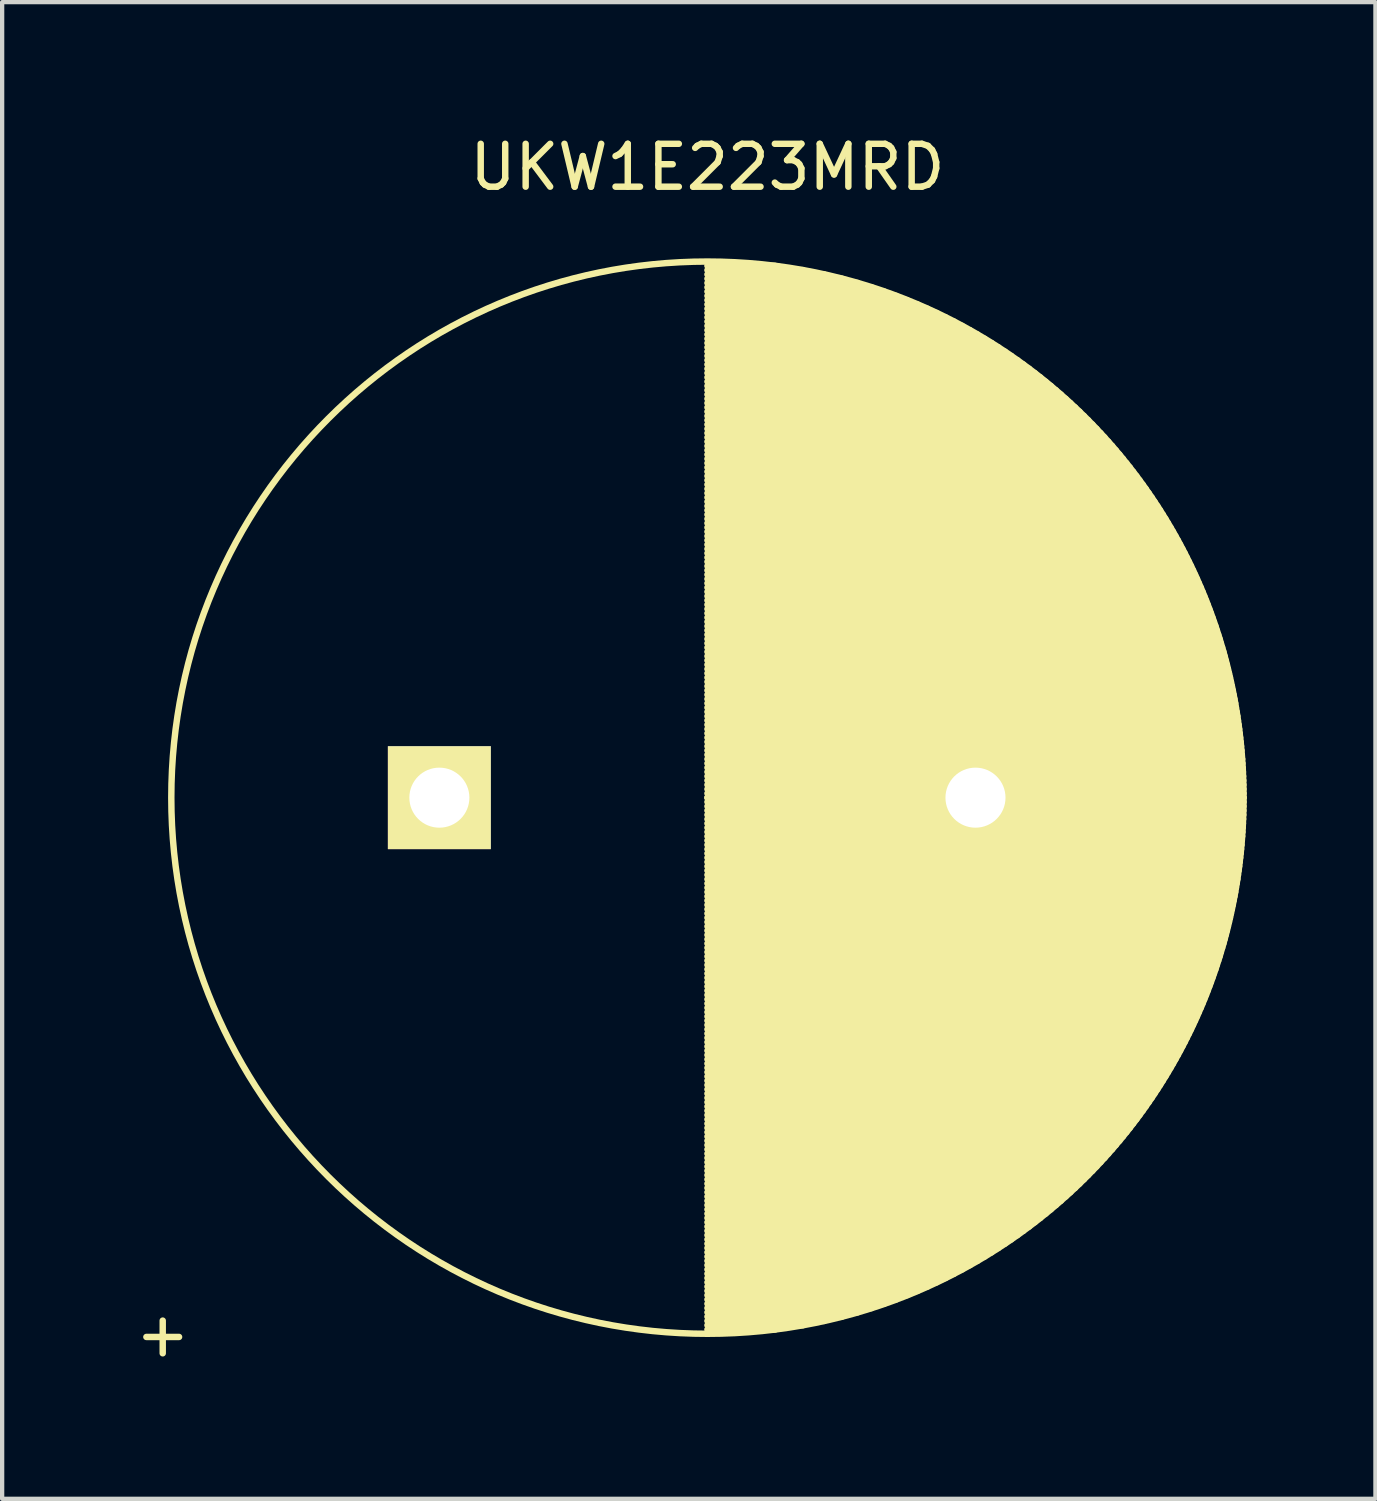
<source format=kicad_pcb>
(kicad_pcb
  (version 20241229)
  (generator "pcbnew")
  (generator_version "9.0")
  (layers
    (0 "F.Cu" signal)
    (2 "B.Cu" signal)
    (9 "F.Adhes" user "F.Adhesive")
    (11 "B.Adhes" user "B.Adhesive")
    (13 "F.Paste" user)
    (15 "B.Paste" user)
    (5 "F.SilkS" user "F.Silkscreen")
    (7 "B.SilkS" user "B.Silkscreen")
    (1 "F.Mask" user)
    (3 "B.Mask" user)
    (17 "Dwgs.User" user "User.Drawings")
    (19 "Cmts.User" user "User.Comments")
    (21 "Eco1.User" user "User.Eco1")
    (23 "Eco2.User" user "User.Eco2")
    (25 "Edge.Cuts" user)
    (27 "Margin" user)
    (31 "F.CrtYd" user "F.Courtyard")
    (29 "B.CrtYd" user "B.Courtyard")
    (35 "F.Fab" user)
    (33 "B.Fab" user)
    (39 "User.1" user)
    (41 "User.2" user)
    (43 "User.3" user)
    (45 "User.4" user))
  (footprint "UKW1E223MRD"
    (layer "F.Cu")
    (at 7.194 15.548)
    (property "Reference" "UKW1E223MRD" (at 6.25 -14.7 0) (layer "F.SilkS") (effects (font (size 1 1) (thickness 0.15))))
    (attr through_hole)
    (fp_line (start 6.25 -12.4) (end 7.828 -12.4) (stroke (width 0.15) (type solid)) (layer "F.SilkS"))
    (fp_line (start 6.25 -12.3) (end 8.477 -12.3) (stroke (width 0.15) (type solid)) (layer "F.SilkS"))
    (fp_line (start 6.25 -12.2) (end 8.972 -12.2) (stroke (width 0.15) (type solid)) (layer "F.SilkS"))
    (fp_line (start 6.25 -12.1) (end 9.387 -12.1) (stroke (width 0.15) (type solid)) (layer "F.SilkS"))
    (fp_line (start 6.25 -12) (end 9.75 -12) (stroke (width 0.15) (type solid)) (layer "F.SilkS"))
    (fp_line (start 6.25 -11.9) (end 10.076 -11.9) (stroke (width 0.15) (type solid)) (layer "F.SilkS"))
    (fp_line (start 6.25 -11.8) (end 10.374 -11.8) (stroke (width 0.15) (type solid)) (layer "F.SilkS"))
    (fp_line (start 6.25 -11.7) (end 10.65 -11.7) (stroke (width 0.15) (type solid)) (layer "F.SilkS"))
    (fp_line (start 6.25 -11.6) (end 10.907 -11.6) (stroke (width 0.15) (type solid)) (layer "F.SilkS"))
    (fp_line (start 6.25 -11.5) (end 11.149 -11.5) (stroke (width 0.15) (type solid)) (layer "F.SilkS"))
    (fp_line (start 6.25 -11.4) (end 11.377 -11.4) (stroke (width 0.15) (type solid)) (layer "F.SilkS"))
    (fp_line (start 6.25 -11.3) (end 11.594 -11.3) (stroke (width 0.15) (type solid)) (layer "F.SilkS"))
    (fp_line (start 6.25 -11.2) (end 11.801 -11.2) (stroke (width 0.15) (type solid)) (layer "F.SilkS"))
    (fp_line (start 6.25 -11.1) (end 11.998 -11.1) (stroke (width 0.15) (type solid)) (layer "F.SilkS"))
    (fp_line (start 6.25 -11) (end 12.187 -11) (stroke (width 0.15) (type solid)) (layer "F.SilkS"))
    (fp_line (start 6.25 -10.9) (end 12.369 -10.9) (stroke (width 0.15) (type solid)) (layer "F.SilkS"))
    (fp_line (start 6.25 -10.8) (end 12.544 -10.8) (stroke (width 0.15) (type solid)) (layer "F.SilkS"))
    (fp_line (start 6.25 -10.7) (end 12.712 -10.7) (stroke (width 0.15) (type solid)) (layer "F.SilkS"))
    (fp_line (start 6.25 -10.6) (end 12.875 -10.6) (stroke (width 0.15) (type solid)) (layer "F.SilkS"))
    (fp_line (start 6.25 -10.5) (end 13.032 -10.5) (stroke (width 0.15) (type solid)) (layer "F.SilkS"))
    (fp_line (start 6.25 -10.4) (end 13.185 -10.4) (stroke (width 0.15) (type solid)) (layer "F.SilkS"))
    (fp_line (start 6.25 -10.3) (end 13.332 -10.3) (stroke (width 0.15) (type solid)) (layer "F.SilkS"))
    (fp_line (start 6.25 -10.2) (end 13.476 -10.2) (stroke (width 0.15) (type solid)) (layer "F.SilkS"))
    (fp_line (start 6.25 -10.1) (end 13.615 -10.1) (stroke (width 0.15) (type solid)) (layer "F.SilkS"))
    (fp_line (start 6.25 -10) (end 13.75 -10) (stroke (width 0.15) (type solid)) (layer "F.SilkS"))
    (fp_line (start 6.25 -9.9) (end 13.882 -9.9) (stroke (width 0.15) (type solid)) (layer "F.SilkS"))
    (fp_line (start 6.25 -9.8) (end 14.01 -9.8) (stroke (width 0.15) (type solid)) (layer "F.SilkS"))
    (fp_line (start 6.25 -9.7) (end 14.134 -9.7) (stroke (width 0.15) (type solid)) (layer "F.SilkS"))
    (fp_line (start 6.25 -9.6) (end 14.256 -9.6) (stroke (width 0.15) (type solid)) (layer "F.SilkS"))
    (fp_line (start 6.25 -9.5) (end 14.374 -9.5) (stroke (width 0.15) (type solid)) (layer "F.SilkS"))
    (fp_line (start 6.25 -9.4) (end 14.49 -9.4) (stroke (width 0.15) (type solid)) (layer "F.SilkS"))
    (fp_line (start 6.25 -9.3) (end 14.602 -9.3) (stroke (width 0.15) (type solid)) (layer "F.SilkS"))
    (fp_line (start 6.25 -9.2) (end 14.712 -9.2) (stroke (width 0.15) (type solid)) (layer "F.SilkS"))
    (fp_line (start 6.25 -9.1) (end 14.82 -9.1) (stroke (width 0.15) (type solid)) (layer "F.SilkS"))
    (fp_line (start 6.25 -9) (end 14.925 -9) (stroke (width 0.15) (type solid)) (layer "F.SilkS"))
    (fp_line (start 6.25 -8.9) (end 15.027 -8.9) (stroke (width 0.15) (type solid)) (layer "F.SilkS"))
    (fp_line (start 6.25 -8.8) (end 15.127 -8.8) (stroke (width 0.15) (type solid)) (layer "F.SilkS"))
    (fp_line (start 6.25 -8.7) (end 15.226 -8.7) (stroke (width 0.15) (type solid)) (layer "F.SilkS"))
    (fp_line (start 6.25 -8.6) (end 15.321 -8.6) (stroke (width 0.15) (type solid)) (layer "F.SilkS"))
    (fp_line (start 6.25 -8.5) (end 15.415 -8.5) (stroke (width 0.15) (type solid)) (layer "F.SilkS"))
    (fp_line (start 6.25 -8.4) (end 15.507 -8.4) (stroke (width 0.15) (type solid)) (layer "F.SilkS"))
    (fp_line (start 6.25 -8.3) (end 15.597 -8.3) (stroke (width 0.15) (type solid)) (layer "F.SilkS"))
    (fp_line (start 6.25 -8.2) (end 15.685 -8.2) (stroke (width 0.15) (type solid)) (layer "F.SilkS"))
    (fp_line (start 6.25 -8.1) (end 15.771 -8.1) (stroke (width 0.15) (type solid)) (layer "F.SilkS"))
    (fp_line (start 6.25 -8) (end 15.855 -8) (stroke (width 0.15) (type solid)) (layer "F.SilkS"))
    (fp_line (start 6.25 -7.9) (end 15.937 -7.9) (stroke (width 0.15) (type solid)) (layer "F.SilkS"))
    (fp_line (start 6.25 -7.8) (end 16.018 -7.8) (stroke (width 0.15) (type solid)) (layer "F.SilkS"))
    (fp_line (start 6.25 -7.7) (end 16.097 -7.7) (stroke (width 0.15) (type solid)) (layer "F.SilkS"))
    (fp_line (start 6.25 -7.6) (end 16.174 -7.6) (stroke (width 0.15) (type solid)) (layer "F.SilkS"))
    (fp_line (start 6.25 -7.5) (end 16.25 -7.5) (stroke (width 0.15) (type solid)) (layer "F.SilkS"))
    (fp_line (start 6.25 -7.4) (end 16.324 -7.4) (stroke (width 0.15) (type solid)) (layer "F.SilkS"))
    (fp_line (start 6.25 -7.3) (end 16.397 -7.3) (stroke (width 0.15) (type solid)) (layer "F.SilkS"))
    (fp_line (start 6.25 -7.2) (end 16.468 -7.2) (stroke (width 0.15) (type solid)) (layer "F.SilkS"))
    (fp_line (start 6.25 -7.1) (end 16.538 -7.1) (stroke (width 0.15) (type solid)) (layer "F.SilkS"))
    (fp_line (start 6.25 -7) (end 16.606 -7) (stroke (width 0.15) (type solid)) (layer "F.SilkS"))
    (fp_line (start 6.25 -6.9) (end 16.673 -6.9) (stroke (width 0.15) (type solid)) (layer "F.SilkS"))
    (fp_line (start 6.25 -6.8) (end 16.739 -6.8) (stroke (width 0.15) (type solid)) (layer "F.SilkS"))
    (fp_line (start 6.25 -6.7) (end 16.803 -6.7) (stroke (width 0.15) (type solid)) (layer "F.SilkS"))
    (fp_line (start 6.25 -6.6) (end 16.866 -6.6) (stroke (width 0.15) (type solid)) (layer "F.SilkS"))
    (fp_line (start 6.25 -6.5) (end 16.927 -6.5) (stroke (width 0.15) (type solid)) (layer "F.SilkS"))
    (fp_line (start 6.25 -6.4) (end 16.987 -6.4) (stroke (width 0.15) (type solid)) (layer "F.SilkS"))
    (fp_line (start 6.25 -6.3) (end 17.046 -6.3) (stroke (width 0.15) (type solid)) (layer "F.SilkS"))
    (fp_line (start 6.25 -6.2) (end 17.104 -6.2) (stroke (width 0.15) (type solid)) (layer "F.SilkS"))
    (fp_line (start 6.25 -6.1) (end 17.161 -6.1) (stroke (width 0.15) (type solid)) (layer "F.SilkS"))
    (fp_line (start 6.25 -6) (end 17.216 -6) (stroke (width 0.15) (type solid)) (layer "F.SilkS"))
    (fp_line (start 6.25 -5.9) (end 17.27 -5.9) (stroke (width 0.15) (type solid)) (layer "F.SilkS"))
    (fp_line (start 6.25 -5.8) (end 17.323 -5.8) (stroke (width 0.15) (type solid)) (layer "F.SilkS"))
    (fp_line (start 6.25 -5.7) (end 17.375 -5.7) (stroke (width 0.15) (type solid)) (layer "F.SilkS"))
    (fp_line (start 6.25 -5.6) (end 17.425 -5.6) (stroke (width 0.15) (type solid)) (layer "F.SilkS"))
    (fp_line (start 6.25 -5.5) (end 17.475 -5.5) (stroke (width 0.15) (type solid)) (layer "F.SilkS"))
    (fp_line (start 6.25 -5.4) (end 17.523 -5.4) (stroke (width 0.15) (type solid)) (layer "F.SilkS"))
    (fp_line (start 6.25 -5.3) (end 17.571 -5.3) (stroke (width 0.15) (type solid)) (layer "F.SilkS"))
    (fp_line (start 6.25 -5.2) (end 17.617 -5.2) (stroke (width 0.15) (type solid)) (layer "F.SilkS"))
    (fp_line (start 6.25 -5.1) (end 17.662 -5.1) (stroke (width 0.15) (type solid)) (layer "F.SilkS"))
    (fp_line (start 6.25 -5) (end 17.706 -5) (stroke (width 0.15) (type solid)) (layer "F.SilkS"))
    (fp_line (start 6.25 -4.9) (end 17.75 -4.9) (stroke (width 0.15) (type solid)) (layer "F.SilkS"))
    (fp_line (start 6.25 -4.8) (end 17.792 -4.8) (stroke (width 0.15) (type solid)) (layer "F.SilkS"))
    (fp_line (start 6.25 -4.7) (end 17.833 -4.7) (stroke (width 0.15) (type solid)) (layer "F.SilkS"))
    (fp_line (start 6.25 -4.6) (end 17.873 -4.6) (stroke (width 0.15) (type solid)) (layer "F.SilkS"))
    (fp_line (start 6.25 -4.5) (end 17.912 -4.5) (stroke (width 0.15) (type solid)) (layer "F.SilkS"))
    (fp_line (start 6.25 -4.4) (end 17.95 -4.4) (stroke (width 0.15) (type solid)) (layer "F.SilkS"))
    (fp_line (start 6.25 -4.3) (end 17.987 -4.3) (stroke (width 0.15) (type solid)) (layer "F.SilkS"))
    (fp_line (start 6.25 -4.2) (end 18.023 -4.2) (stroke (width 0.15) (type solid)) (layer "F.SilkS"))
    (fp_line (start 6.25 -4.1) (end 18.058 -4.1) (stroke (width 0.15) (type solid)) (layer "F.SilkS"))
    (fp_line (start 6.25 -4) (end 18.093 -4) (stroke (width 0.15) (type solid)) (layer "F.SilkS"))
    (fp_line (start 6.25 -3.9) (end 18.126 -3.9) (stroke (width 0.15) (type solid)) (layer "F.SilkS"))
    (fp_line (start 6.25 -3.8) (end 18.158 -3.8) (stroke (width 0.15) (type solid)) (layer "F.SilkS"))
    (fp_line (start 6.25 -3.7) (end 18.19 -3.7) (stroke (width 0.15) (type solid)) (layer "F.SilkS"))
    (fp_line (start 6.25 -3.6) (end 18.22 -3.6) (stroke (width 0.15) (type solid)) (layer "F.SilkS"))
    (fp_line (start 6.25 -3.5) (end 18.25 -3.5) (stroke (width 0.15) (type solid)) (layer "F.SilkS"))
    (fp_line (start 6.25 -3.4) (end 18.279 -3.4) (stroke (width 0.15) (type solid)) (layer "F.SilkS"))
    (fp_line (start 6.25 -3.3) (end 18.307 -3.3) (stroke (width 0.15) (type solid)) (layer "F.SilkS"))
    (fp_line (start 6.25 -3.2) (end 18.333 -3.2) (stroke (width 0.15) (type solid)) (layer "F.SilkS"))
    (fp_line (start 6.25 -3.1) (end 18.36 -3.1) (stroke (width 0.15) (type solid)) (layer "F.SilkS"))
    (fp_line (start 6.25 -3) (end 18.385 -3) (stroke (width 0.15) (type solid)) (layer "F.SilkS"))
    (fp_line (start 6.25 -2.9) (end 18.409 -2.9) (stroke (width 0.15) (type solid)) (layer "F.SilkS"))
    (fp_line (start 6.25 -2.8) (end 18.432 -2.8) (stroke (width 0.15) (type solid)) (layer "F.SilkS"))
    (fp_line (start 6.25 -2.7) (end 18.455 -2.7) (stroke (width 0.15) (type solid)) (layer "F.SilkS"))
    (fp_line (start 6.25 -2.6) (end 18.477 -2.6) (stroke (width 0.15) (type solid)) (layer "F.SilkS"))
    (fp_line (start 6.25 -2.5) (end 18.497 -2.5) (stroke (width 0.15) (type solid)) (layer "F.SilkS"))
    (fp_line (start 6.25 -2.4) (end 18.517 -2.4) (stroke (width 0.15) (type solid)) (layer "F.SilkS"))
    (fp_line (start 6.25 -2.3) (end 18.537 -2.3) (stroke (width 0.15) (type solid)) (layer "F.SilkS"))
    (fp_line (start 6.25 -2.2) (end 18.555 -2.2) (stroke (width 0.15) (type solid)) (layer "F.SilkS"))
    (fp_line (start 6.25 -2.1) (end 18.572 -2.1) (stroke (width 0.15) (type solid)) (layer "F.SilkS"))
    (fp_line (start 6.25 -2) (end 18.589 -2) (stroke (width 0.15) (type solid)) (layer "F.SilkS"))
    (fp_line (start 6.25 -1.9) (end 18.605 -1.9) (stroke (width 0.15) (type solid)) (layer "F.SilkS"))
    (fp_line (start 6.25 -1.8) (end 18.62 -1.8) (stroke (width 0.15) (type solid)) (layer "F.SilkS"))
    (fp_line (start 6.25 -1.7) (end 18.634 -1.7) (stroke (width 0.15) (type solid)) (layer "F.SilkS"))
    (fp_line (start 6.25 -1.6) (end 18.647 -1.6) (stroke (width 0.15) (type solid)) (layer "F.SilkS"))
    (fp_line (start 6.25 -1.5) (end 18.66 -1.5) (stroke (width 0.15) (type solid)) (layer "F.SilkS"))
    (fp_line (start 6.25 -1.4) (end 18.671 -1.4) (stroke (width 0.15) (type solid)) (layer "F.SilkS"))
    (fp_line (start 6.25 -1.3) (end 18.682 -1.3) (stroke (width 0.15) (type solid)) (layer "F.SilkS"))
    (fp_line (start 6.25 -1.2) (end 18.692 -1.2) (stroke (width 0.15) (type solid)) (layer "F.SilkS"))
    (fp_line (start 6.25 -1.1) (end 18.702 -1.1) (stroke (width 0.15) (type solid)) (layer "F.SilkS"))
    (fp_line (start 6.25 -1) (end 18.71 -1) (stroke (width 0.15) (type solid)) (layer "F.SilkS"))
    (fp_line (start 6.25 -0.9) (end 18.718 -0.9) (stroke (width 0.15) (type solid)) (layer "F.SilkS"))
    (fp_line (start 6.25 -0.8) (end 18.724 -0.8) (stroke (width 0.15) (type solid)) (layer "F.SilkS"))
    (fp_line (start 6.25 -0.7) (end 18.73 -0.7) (stroke (width 0.15) (type solid)) (layer "F.SilkS"))
    (fp_line (start 6.25 -0.6) (end 18.736 -0.6) (stroke (width 0.15) (type solid)) (layer "F.SilkS"))
    (fp_line (start 6.25 -0.5) (end 18.74 -0.5) (stroke (width 0.15) (type solid)) (layer "F.SilkS"))
    (fp_line (start 6.25 -0.4) (end 18.744 -0.4) (stroke (width 0.15) (type solid)) (layer "F.SilkS"))
    (fp_line (start 6.25 -0.3) (end 18.746 -0.3) (stroke (width 0.15) (type solid)) (layer "F.SilkS"))
    (fp_line (start 6.25 -0.2) (end 18.748 -0.2) (stroke (width 0.15) (type solid)) (layer "F.SilkS"))
    (fp_line (start 6.25 -0.1) (end 18.75 -0.1) (stroke (width 0.15) (type solid)) (layer "F.SilkS"))
    (fp_line (start 6.25 0) (end 18.75 0) (stroke (width 0.15) (type solid)) (layer "F.SilkS"))
    (fp_line (start 6.25 0) (end 18.75 0) (stroke (width 0.15) (type solid)) (layer "F.SilkS"))
    (fp_line (start 6.25 0.1) (end 18.75 0.1) (stroke (width 0.15) (type solid)) (layer "F.SilkS"))
    (fp_line (start 6.25 0.2) (end 18.748 0.2) (stroke (width 0.15) (type solid)) (layer "F.SilkS"))
    (fp_line (start 6.25 0.3) (end 18.746 0.3) (stroke (width 0.15) (type solid)) (layer "F.SilkS"))
    (fp_line (start 6.25 0.4) (end 18.744 0.4) (stroke (width 0.15) (type solid)) (layer "F.SilkS"))
    (fp_line (start 6.25 0.5) (end 18.74 0.5) (stroke (width 0.15) (type solid)) (layer "F.SilkS"))
    (fp_line (start 6.25 0.6) (end 18.736 0.6) (stroke (width 0.15) (type solid)) (layer "F.SilkS"))
    (fp_line (start 6.25 0.7) (end 18.73 0.7) (stroke (width 0.15) (type solid)) (layer "F.SilkS"))
    (fp_line (start 6.25 0.8) (end 18.724 0.8) (stroke (width 0.15) (type solid)) (layer "F.SilkS"))
    (fp_line (start 6.25 0.9) (end 18.718 0.9) (stroke (width 0.15) (type solid)) (layer "F.SilkS"))
    (fp_line (start 6.25 1) (end 18.71 1) (stroke (width 0.15) (type solid)) (layer "F.SilkS"))
    (fp_line (start 6.25 1.1) (end 18.702 1.1) (stroke (width 0.15) (type solid)) (layer "F.SilkS"))
    (fp_line (start 6.25 1.2) (end 18.692 1.2) (stroke (width 0.15) (type solid)) (layer "F.SilkS"))
    (fp_line (start 6.25 1.3) (end 18.682 1.3) (stroke (width 0.15) (type solid)) (layer "F.SilkS"))
    (fp_line (start 6.25 1.4) (end 18.671 1.4) (stroke (width 0.15) (type solid)) (layer "F.SilkS"))
    (fp_line (start 6.25 1.5) (end 18.66 1.5) (stroke (width 0.15) (type solid)) (layer "F.SilkS"))
    (fp_line (start 6.25 1.6) (end 18.647 1.6) (stroke (width 0.15) (type solid)) (layer "F.SilkS"))
    (fp_line (start 6.25 1.7) (end 18.634 1.7) (stroke (width 0.15) (type solid)) (layer "F.SilkS"))
    (fp_line (start 6.25 1.8) (end 18.62 1.8) (stroke (width 0.15) (type solid)) (layer "F.SilkS"))
    (fp_line (start 6.25 1.9) (end 18.605 1.9) (stroke (width 0.15) (type solid)) (layer "F.SilkS"))
    (fp_line (start 6.25 2) (end 18.589 2) (stroke (width 0.15) (type solid)) (layer "F.SilkS"))
    (fp_line (start 6.25 2.1) (end 18.572 2.1) (stroke (width 0.15) (type solid)) (layer "F.SilkS"))
    (fp_line (start 6.25 2.2) (end 18.555 2.2) (stroke (width 0.15) (type solid)) (layer "F.SilkS"))
    (fp_line (start 6.25 2.3) (end 18.537 2.3) (stroke (width 0.15) (type solid)) (layer "F.SilkS"))
    (fp_line (start 6.25 2.4) (end 18.517 2.4) (stroke (width 0.15) (type solid)) (layer "F.SilkS"))
    (fp_line (start 6.25 2.5) (end 18.497 2.5) (stroke (width 0.15) (type solid)) (layer "F.SilkS"))
    (fp_line (start 6.25 2.6) (end 18.477 2.6) (stroke (width 0.15) (type solid)) (layer "F.SilkS"))
    (fp_line (start 6.25 2.7) (end 18.455 2.7) (stroke (width 0.15) (type solid)) (layer "F.SilkS"))
    (fp_line (start 6.25 2.8) (end 18.432 2.8) (stroke (width 0.15) (type solid)) (layer "F.SilkS"))
    (fp_line (start 6.25 2.9) (end 18.409 2.9) (stroke (width 0.15) (type solid)) (layer "F.SilkS"))
    (fp_line (start 6.25 3) (end 18.385 3) (stroke (width 0.15) (type solid)) (layer "F.SilkS"))
    (fp_line (start 6.25 3.1) (end 18.36 3.1) (stroke (width 0.15) (type solid)) (layer "F.SilkS"))
    (fp_line (start 6.25 3.2) (end 18.333 3.2) (stroke (width 0.15) (type solid)) (layer "F.SilkS"))
    (fp_line (start 6.25 3.3) (end 18.307 3.3) (stroke (width 0.15) (type solid)) (layer "F.SilkS"))
    (fp_line (start 6.25 3.4) (end 18.279 3.4) (stroke (width 0.15) (type solid)) (layer "F.SilkS"))
    (fp_line (start 6.25 3.5) (end 18.25 3.5) (stroke (width 0.15) (type solid)) (layer "F.SilkS"))
    (fp_line (start 6.25 3.6) (end 18.22 3.6) (stroke (width 0.15) (type solid)) (layer "F.SilkS"))
    (fp_line (start 6.25 3.7) (end 18.19 3.7) (stroke (width 0.15) (type solid)) (layer "F.SilkS"))
    (fp_line (start 6.25 3.8) (end 18.158 3.8) (stroke (width 0.15) (type solid)) (layer "F.SilkS"))
    (fp_line (start 6.25 3.9) (end 18.126 3.9) (stroke (width 0.15) (type solid)) (layer "F.SilkS"))
    (fp_line (start 6.25 4) (end 18.093 4) (stroke (width 0.15) (type solid)) (layer "F.SilkS"))
    (fp_line (start 6.25 4.1) (end 18.058 4.1) (stroke (width 0.15) (type solid)) (layer "F.SilkS"))
    (fp_line (start 6.25 4.2) (end 18.023 4.2) (stroke (width 0.15) (type solid)) (layer "F.SilkS"))
    (fp_line (start 6.25 4.3) (end 17.987 4.3) (stroke (width 0.15) (type solid)) (layer "F.SilkS"))
    (fp_line (start 6.25 4.4) (end 17.95 4.4) (stroke (width 0.15) (type solid)) (layer "F.SilkS"))
    (fp_line (start 6.25 4.5) (end 17.912 4.5) (stroke (width 0.15) (type solid)) (layer "F.SilkS"))
    (fp_line (start 6.25 4.6) (end 17.873 4.6) (stroke (width 0.15) (type solid)) (layer "F.SilkS"))
    (fp_line (start 6.25 4.7) (end 17.833 4.7) (stroke (width 0.15) (type solid)) (layer "F.SilkS"))
    (fp_line (start 6.25 4.8) (end 17.792 4.8) (stroke (width 0.15) (type solid)) (layer "F.SilkS"))
    (fp_line (start 6.25 4.9) (end 17.75 4.9) (stroke (width 0.15) (type solid)) (layer "F.SilkS"))
    (fp_line (start 6.25 5) (end 17.706 5) (stroke (width 0.15) (type solid)) (layer "F.SilkS"))
    (fp_line (start 6.25 5.1) (end 17.662 5.1) (stroke (width 0.15) (type solid)) (layer "F.SilkS"))
    (fp_line (start 6.25 5.2) (end 17.617 5.2) (stroke (width 0.15) (type solid)) (layer "F.SilkS"))
    (fp_line (start 6.25 5.3) (end 17.571 5.3) (stroke (width 0.15) (type solid)) (layer "F.SilkS"))
    (fp_line (start 6.25 5.4) (end 17.523 5.4) (stroke (width 0.15) (type solid)) (layer "F.SilkS"))
    (fp_line (start 6.25 5.5) (end 17.475 5.5) (stroke (width 0.15) (type solid)) (layer "F.SilkS"))
    (fp_line (start 6.25 5.6) (end 17.425 5.6) (stroke (width 0.15) (type solid)) (layer "F.SilkS"))
    (fp_line (start 6.25 5.7) (end 17.375 5.7) (stroke (width 0.15) (type solid)) (layer "F.SilkS"))
    (fp_line (start 6.25 5.8) (end 17.323 5.8) (stroke (width 0.15) (type solid)) (layer "F.SilkS"))
    (fp_line (start 6.25 5.9) (end 17.27 5.9) (stroke (width 0.15) (type solid)) (layer "F.SilkS"))
    (fp_line (start 6.25 6) (end 17.216 6) (stroke (width 0.15) (type solid)) (layer "F.SilkS"))
    (fp_line (start 6.25 6.1) (end 17.161 6.1) (stroke (width 0.15) (type solid)) (layer "F.SilkS"))
    (fp_line (start 6.25 6.2) (end 17.104 6.2) (stroke (width 0.15) (type solid)) (layer "F.SilkS"))
    (fp_line (start 6.25 6.3) (end 17.046 6.3) (stroke (width 0.15) (type solid)) (layer "F.SilkS"))
    (fp_line (start 6.25 6.4) (end 16.987 6.4) (stroke (width 0.15) (type solid)) (layer "F.SilkS"))
    (fp_line (start 6.25 6.5) (end 16.927 6.5) (stroke (width 0.15) (type solid)) (layer "F.SilkS"))
    (fp_line (start 6.25 6.6) (end 16.866 6.6) (stroke (width 0.15) (type solid)) (layer "F.SilkS"))
    (fp_line (start 6.25 6.7) (end 16.803 6.7) (stroke (width 0.15) (type solid)) (layer "F.SilkS"))
    (fp_line (start 6.25 6.8) (end 16.739 6.8) (stroke (width 0.15) (type solid)) (layer "F.SilkS"))
    (fp_line (start 6.25 6.9) (end 16.673 6.9) (stroke (width 0.15) (type solid)) (layer "F.SilkS"))
    (fp_line (start 6.25 7) (end 16.606 7) (stroke (width 0.15) (type solid)) (layer "F.SilkS"))
    (fp_line (start 6.25 7.1) (end 16.538 7.1) (stroke (width 0.15) (type solid)) (layer "F.SilkS"))
    (fp_line (start 6.25 7.2) (end 16.468 7.2) (stroke (width 0.15) (type solid)) (layer "F.SilkS"))
    (fp_line (start 6.25 7.3) (end 16.397 7.3) (stroke (width 0.15) (type solid)) (layer "F.SilkS"))
    (fp_line (start 6.25 7.4) (end 16.324 7.4) (stroke (width 0.15) (type solid)) (layer "F.SilkS"))
    (fp_line (start 6.25 7.5) (end 16.25 7.5) (stroke (width 0.15) (type solid)) (layer "F.SilkS"))
    (fp_line (start 6.25 7.6) (end 16.174 7.6) (stroke (width 0.15) (type solid)) (layer "F.SilkS"))
    (fp_line (start 6.25 7.7) (end 16.097 7.7) (stroke (width 0.15) (type solid)) (layer "F.SilkS"))
    (fp_line (start 6.25 7.8) (end 16.018 7.8) (stroke (width 0.15) (type solid)) (layer "F.SilkS"))
    (fp_line (start 6.25 7.9) (end 15.937 7.9) (stroke (width 0.15) (type solid)) (layer "F.SilkS"))
    (fp_line (start 6.25 8) (end 15.855 8) (stroke (width 0.15) (type solid)) (layer "F.SilkS"))
    (fp_line (start 6.25 8.1) (end 15.771 8.1) (stroke (width 0.15) (type solid)) (layer "F.SilkS"))
    (fp_line (start 6.25 8.2) (end 15.685 8.2) (stroke (width 0.15) (type solid)) (layer "F.SilkS"))
    (fp_line (start 6.25 8.3) (end 15.597 8.3) (stroke (width 0.15) (type solid)) (layer "F.SilkS"))
    (fp_line (start 6.25 8.4) (end 15.507 8.4) (stroke (width 0.15) (type solid)) (layer "F.SilkS"))
    (fp_line (start 6.25 8.5) (end 15.415 8.5) (stroke (width 0.15) (type solid)) (layer "F.SilkS"))
    (fp_line (start 6.25 8.6) (end 15.321 8.6) (stroke (width 0.15) (type solid)) (layer "F.SilkS"))
    (fp_line (start 6.25 8.7) (end 15.226 8.7) (stroke (width 0.15) (type solid)) (layer "F.SilkS"))
    (fp_line (start 6.25 8.8) (end 15.127 8.8) (stroke (width 0.15) (type solid)) (layer "F.SilkS"))
    (fp_line (start 6.25 8.9) (end 15.027 8.9) (stroke (width 0.15) (type solid)) (layer "F.SilkS"))
    (fp_line (start 6.25 9) (end 14.925 9) (stroke (width 0.15) (type solid)) (layer "F.SilkS"))
    (fp_line (start 6.25 9.1) (end 14.82 9.1) (stroke (width 0.15) (type solid)) (layer "F.SilkS"))
    (fp_line (start 6.25 9.2) (end 14.712 9.2) (stroke (width 0.15) (type solid)) (layer "F.SilkS"))
    (fp_line (start 6.25 9.3) (end 14.602 9.3) (stroke (width 0.15) (type solid)) (layer "F.SilkS"))
    (fp_line (start 6.25 9.4) (end 14.49 9.4) (stroke (width 0.15) (type solid)) (layer "F.SilkS"))
    (fp_line (start 6.25 9.5) (end 14.374 9.5) (stroke (width 0.15) (type solid)) (layer "F.SilkS"))
    (fp_line (start 6.25 9.6) (end 14.256 9.6) (stroke (width 0.15) (type solid)) (layer "F.SilkS"))
    (fp_line (start 6.25 9.7) (end 14.134 9.7) (stroke (width 0.15) (type solid)) (layer "F.SilkS"))
    (fp_line (start 6.25 9.8) (end 14.01 9.8) (stroke (width 0.15) (type solid)) (layer "F.SilkS"))
    (fp_line (start 6.25 9.9) (end 13.882 9.9) (stroke (width 0.15) (type solid)) (layer "F.SilkS"))
    (fp_line (start 6.25 10) (end 13.75 10) (stroke (width 0.15) (type solid)) (layer "F.SilkS"))
    (fp_line (start 6.25 10.1) (end 13.615 10.1) (stroke (width 0.15) (type solid)) (layer "F.SilkS"))
    (fp_line (start 6.25 10.2) (end 13.476 10.2) (stroke (width 0.15) (type solid)) (layer "F.SilkS"))
    (fp_line (start 6.25 10.3) (end 13.332 10.3) (stroke (width 0.15) (type solid)) (layer "F.SilkS"))
    (fp_line (start 6.25 10.4) (end 13.185 10.4) (stroke (width 0.15) (type solid)) (layer "F.SilkS"))
    (fp_line (start 6.25 10.5) (end 13.032 10.5) (stroke (width 0.15) (type solid)) (layer "F.SilkS"))
    (fp_line (start 6.25 10.6) (end 12.875 10.6) (stroke (width 0.15) (type solid)) (layer "F.SilkS"))
    (fp_line (start 6.25 10.7) (end 12.712 10.7) (stroke (width 0.15) (type solid)) (layer "F.SilkS"))
    (fp_line (start 6.25 10.8) (end 12.544 10.8) (stroke (width 0.15) (type solid)) (layer "F.SilkS"))
    (fp_line (start 6.25 10.9) (end 12.369 10.9) (stroke (width 0.15) (type solid)) (layer "F.SilkS"))
    (fp_line (start 6.25 11) (end 12.187 11) (stroke (width 0.15) (type solid)) (layer "F.SilkS"))
    (fp_line (start 6.25 11.1) (end 11.998 11.1) (stroke (width 0.15) (type solid)) (layer "F.SilkS"))
    (fp_line (start 6.25 11.2) (end 11.801 11.2) (stroke (width 0.15) (type solid)) (layer "F.SilkS"))
    (fp_line (start 6.25 11.3) (end 11.594 11.3) (stroke (width 0.15) (type solid)) (layer "F.SilkS"))
    (fp_line (start 6.25 11.4) (end 11.377 11.4) (stroke (width 0.15) (type solid)) (layer "F.SilkS"))
    (fp_line (start 6.25 11.5) (end 11.149 11.5) (stroke (width 0.15) (type solid)) (layer "F.SilkS"))
    (fp_line (start 6.25 11.6) (end 10.907 11.6) (stroke (width 0.15) (type solid)) (layer "F.SilkS"))
    (fp_line (start 6.25 11.7) (end 10.65 11.7) (stroke (width 0.15) (type solid)) (layer "F.SilkS"))
    (fp_line (start 6.25 11.8) (end 10.374 11.8) (stroke (width 0.15) (type solid)) (layer "F.SilkS"))
    (fp_line (start 6.25 11.9) (end 10.076 11.9) (stroke (width 0.15) (type solid)) (layer "F.SilkS"))
    (fp_line (start 6.25 12) (end 9.75 12) (stroke (width 0.15) (type solid)) (layer "F.SilkS"))
    (fp_line (start 6.25 12.1) (end 9.387 12.1) (stroke (width 0.15) (type solid)) (layer "F.SilkS"))
    (fp_line (start 6.25 12.2) (end 8.972 12.2) (stroke (width 0.15) (type solid)) (layer "F.SilkS"))
    (fp_line (start 6.25 12.3) (end 8.477 12.3) (stroke (width 0.15) (type solid)) (layer "F.SilkS"))
    (fp_line (start 6.25 12.4) (end 7.828 12.4) (stroke (width 0.15) (type solid)) (layer "F.SilkS"))
    (fp_circle (center 6.25 0) (end 6.25 -12.5) (stroke (width 0.15) (type solid)) (fill no) (layer "F.SilkS"))
    (fp_text user "+" (at -6.45 12.5 0) (layer "F.SilkS") (effects (font (size 1 1) (thickness 0.15))))
    (pad "1" thru_hole rect (at 0 0) (size 2.4 2.4) (drill 1.4) (layers "*.Cu" "*.Mask" "F.SilkS"))
    (pad "2" thru_hole circle (at 12.5 0) (size 2.4 2.4) (drill 1.4) (layers "*.Cu" "*.Mask" "F.SilkS")))
  (gr_rect
    (start -3 -3)
    (end 29.019 31.896)
    (stroke (width 0.1) (type default))
    (fill no)
    (layer "Edge.Cuts")))
</source>
